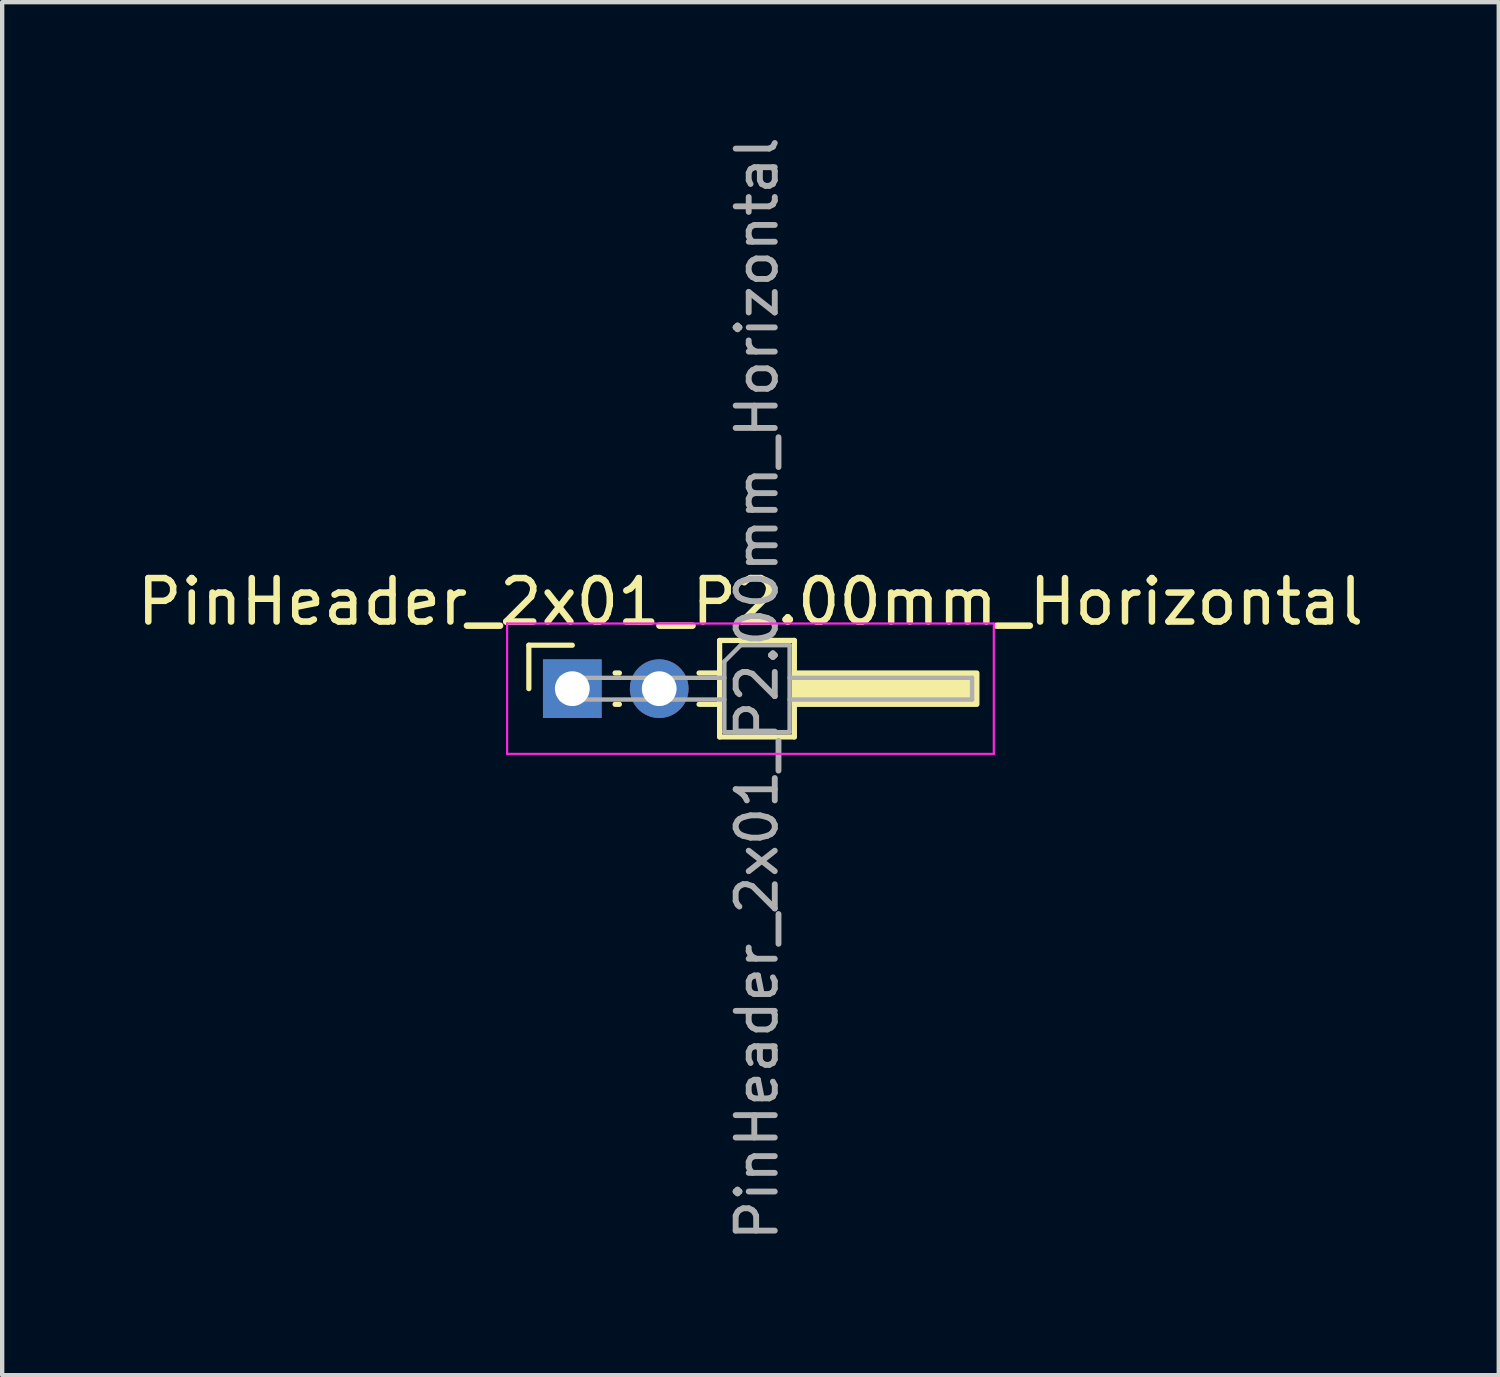
<source format=kicad_pcb>
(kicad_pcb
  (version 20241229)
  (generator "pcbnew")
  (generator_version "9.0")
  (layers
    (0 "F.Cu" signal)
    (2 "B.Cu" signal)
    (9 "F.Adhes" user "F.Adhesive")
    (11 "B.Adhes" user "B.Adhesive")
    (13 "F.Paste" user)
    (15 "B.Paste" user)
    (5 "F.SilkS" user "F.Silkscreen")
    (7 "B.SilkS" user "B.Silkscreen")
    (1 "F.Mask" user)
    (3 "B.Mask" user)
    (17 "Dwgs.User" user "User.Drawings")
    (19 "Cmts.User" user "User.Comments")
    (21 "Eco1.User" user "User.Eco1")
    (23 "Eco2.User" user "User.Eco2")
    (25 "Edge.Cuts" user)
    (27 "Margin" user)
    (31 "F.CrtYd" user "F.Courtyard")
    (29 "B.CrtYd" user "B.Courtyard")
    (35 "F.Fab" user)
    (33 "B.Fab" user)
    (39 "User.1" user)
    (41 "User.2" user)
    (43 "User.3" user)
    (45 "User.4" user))
  (footprint "PinHeader_2x01_P2.00mm_Horizontal"
    (layer "F.Cu")
    (at 10.12 12.798)
    (property "Reference" "PinHeader_2x01_P2.00mm_Horizontal" (at 4.1 -2 0) (layer "F.SilkS") (effects (font (size 1 1) (thickness 0.15))))
    (attr through_hole)
    (fp_line (start -1 -1) (end 0 -1) (stroke (width 0.12) (type solid)) (layer "F.SilkS"))
    (fp_line (start -1 0) (end -1 -1) (stroke (width 0.12) (type solid)) (layer "F.SilkS"))
    (fp_line (start 0.985 -0.36) (end 1.083 -0.36) (stroke (width 0.12) (type solid)) (layer "F.SilkS"))
    (fp_line (start 0.985 0.36) (end 1.083 0.36) (stroke (width 0.12) (type solid)) (layer "F.SilkS"))
    (fp_line (start 2.917 -0.36) (end 3.39 -0.36) (stroke (width 0.12) (type solid)) (layer "F.SilkS"))
    (fp_line (start 2.917 0.36) (end 3.39 0.36) (stroke (width 0.12) (type solid)) (layer "F.SilkS"))
    (fp_line (start 3.39 -1.11) (end 3.39 1.11) (stroke (width 0.12) (type solid)) (layer "F.SilkS"))
    (fp_line (start 3.39 1.11) (end 5.11 1.11) (stroke (width 0.12) (type solid)) (layer "F.SilkS"))
    (fp_line (start 5.11 -1.11) (end 3.39 -1.11) (stroke (width 0.12) (type solid)) (layer "F.SilkS"))
    (fp_line (start 5.11 1.11) (end 5.11 -1.11) (stroke (width 0.12) (type solid)) (layer "F.SilkS"))
    (fp_rect (start 5.11 -0.36) (end 9.31 0.36) (stroke (width 0.12) (type solid)) (fill yes) (layer "F.SilkS"))
    (fp_line (start -1.5 -1.5) (end -1.5 1.5) (stroke (width 0.05) (type solid)) (layer "F.CrtYd"))
    (fp_line (start -1.5 1.5) (end 9.7 1.5) (stroke (width 0.05) (type solid)) (layer "F.CrtYd"))
    (fp_line (start 9.7 -1.5) (end -1.5 -1.5) (stroke (width 0.05) (type solid)) (layer "F.CrtYd"))
    (fp_line (start 9.7 1.5) (end 9.7 -1.5) (stroke (width 0.05) (type solid)) (layer "F.CrtYd"))
    (fp_line (start -0.25 -0.25) (end -0.25 0.25) (stroke (width 0.1) (type solid)) (layer "F.Fab"))
    (fp_line (start -0.25 -0.25) (end 3.5 -0.25) (stroke (width 0.1) (type solid)) (layer "F.Fab"))
    (fp_line (start -0.25 0.25) (end 3.5 0.25) (stroke (width 0.1) (type solid)) (layer "F.Fab"))
    (fp_line (start 3.5 -0.625) (end 3.875 -1) (stroke (width 0.1) (type solid)) (layer "F.Fab"))
    (fp_line (start 3.5 1) (end 3.5 -0.625) (stroke (width 0.1) (type solid)) (layer "F.Fab"))
    (fp_line (start 3.875 -1) (end 5 -1) (stroke (width 0.1) (type solid)) (layer "F.Fab"))
    (fp_line (start 5 -1) (end 5 1) (stroke (width 0.1) (type solid)) (layer "F.Fab"))
    (fp_line (start 5 -0.25) (end 9.2 -0.25) (stroke (width 0.1) (type solid)) (layer "F.Fab"))
    (fp_line (start 5 0.25) (end 9.2 0.25) (stroke (width 0.1) (type solid)) (layer "F.Fab"))
    (fp_line (start 5 1) (end 3.5 1) (stroke (width 0.1) (type solid)) (layer "F.Fab"))
    (fp_line (start 9.2 -0.25) (end 9.2 0.25) (stroke (width 0.1) (type solid)) (layer "F.Fab"))
    (fp_text user "${REFERENCE}" (at 4.25 0 90) (layer "F.Fab") (effects (font (size 0.9 0.9) (thickness 0.135))))
    (pad "1" thru_hole rect (at 0 0) (size 1.35 1.35) (drill 0.8) (layers "*.Cu" "*.Mask"))
    (pad "2" thru_hole circle (at 2 0) (size 1.35 1.35) (drill 0.8) (layers "*.Cu" "*.Mask")))
  (gr_rect
    (start -3 -3)
    (end 31.44 28.596)
    (stroke (width 0.1) (type default))
    (fill no)
    (layer "Edge.Cuts")))
</source>
